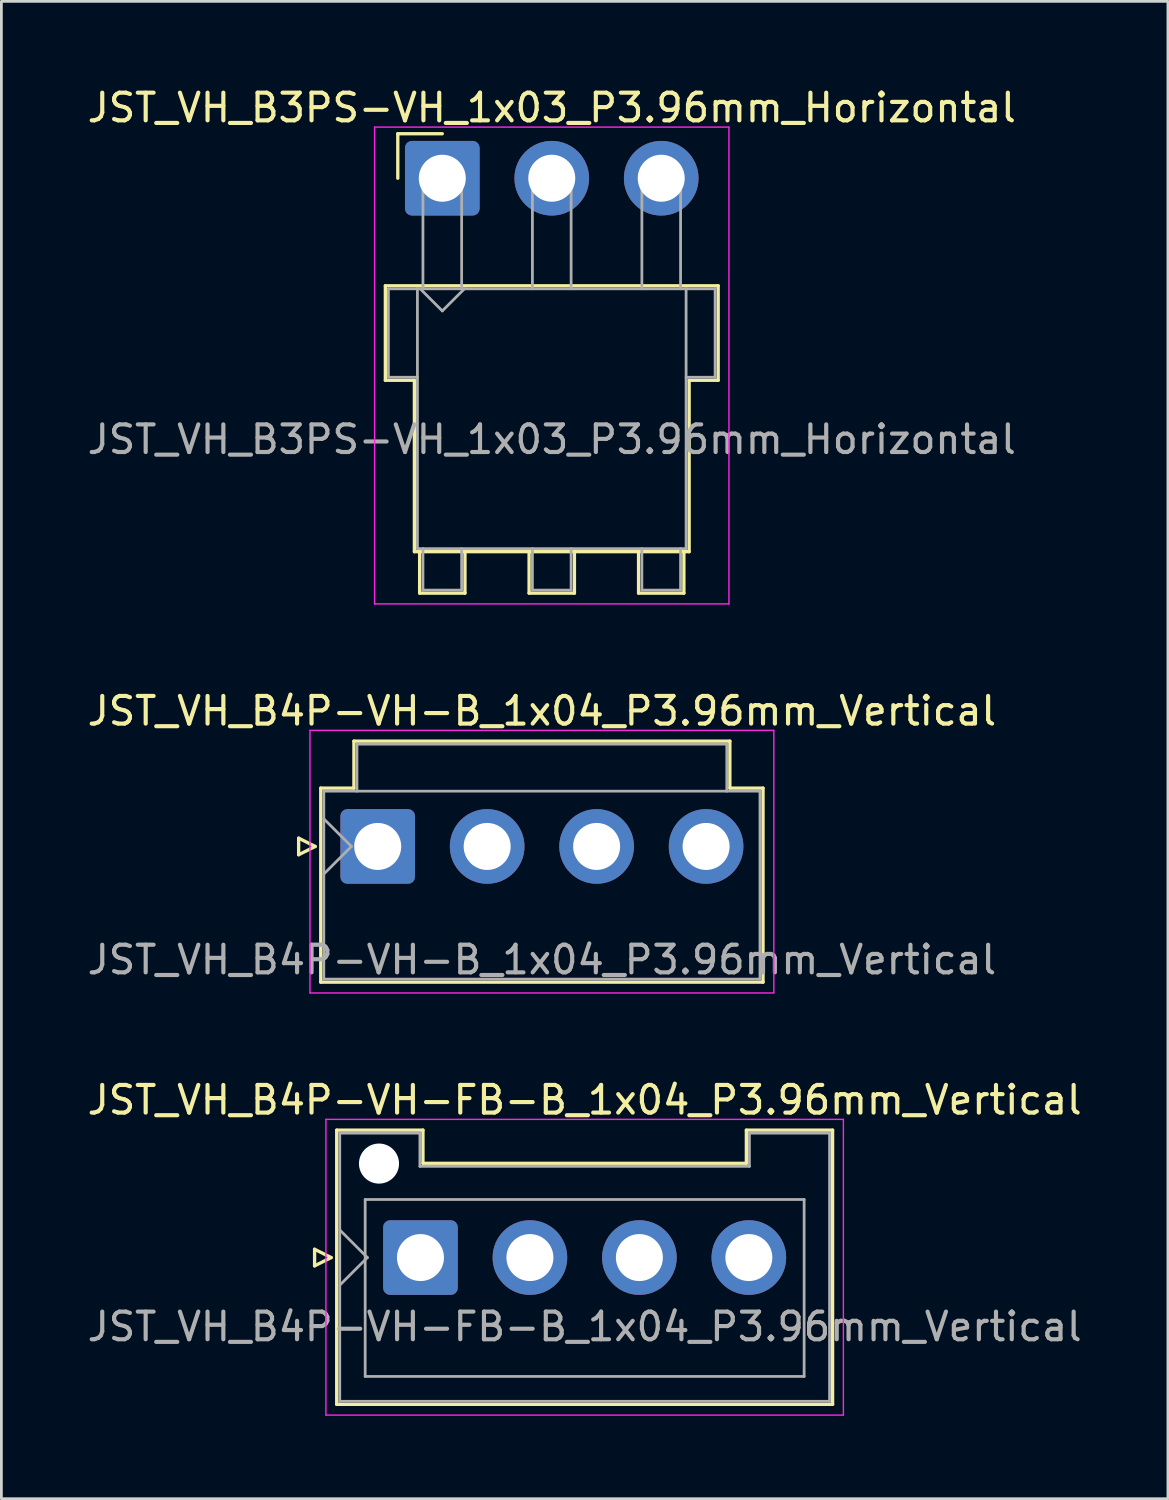
<source format=kicad_pcb>
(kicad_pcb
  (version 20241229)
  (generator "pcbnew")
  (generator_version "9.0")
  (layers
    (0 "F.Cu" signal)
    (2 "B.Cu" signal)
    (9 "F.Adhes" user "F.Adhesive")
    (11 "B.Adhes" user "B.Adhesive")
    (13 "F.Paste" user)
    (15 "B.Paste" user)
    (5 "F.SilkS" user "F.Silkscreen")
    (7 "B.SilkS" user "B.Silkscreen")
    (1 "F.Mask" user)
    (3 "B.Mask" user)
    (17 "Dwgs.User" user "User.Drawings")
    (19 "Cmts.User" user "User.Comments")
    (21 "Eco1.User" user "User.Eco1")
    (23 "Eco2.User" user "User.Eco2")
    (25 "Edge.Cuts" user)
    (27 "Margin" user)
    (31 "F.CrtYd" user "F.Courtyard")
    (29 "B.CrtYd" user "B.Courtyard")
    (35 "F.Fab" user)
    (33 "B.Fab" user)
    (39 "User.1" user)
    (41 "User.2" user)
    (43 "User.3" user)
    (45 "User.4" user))
  (footprint "JST_VH_B4P-VH-B_1x04_P3.96mm_Vertical"
    (layer "F.Cu")
    (at 10.614 27.572)
    (property "Reference" "JST_VH_B4P-VH-B_1x04_P3.96mm_Vertical" (at 5.94 -4.9 0) (layer "F.SilkS") (effects (font (size 1 1) (thickness 0.15))))
    (attr through_hole)
    (fp_line (start -2.86 -0.3) (end -2.26 0) (stroke (width 0.12) (type solid)) (layer "F.SilkS"))
    (fp_line (start -2.86 0.3) (end -2.86 -0.3) (stroke (width 0.12) (type solid)) (layer "F.SilkS"))
    (fp_line (start -2.26 0) (end -2.86 0.3) (stroke (width 0.12) (type solid)) (layer "F.SilkS"))
    (fp_line (start -2.06 -2.11) (end -0.86 -2.11) (stroke (width 0.12) (type solid)) (layer "F.SilkS"))
    (fp_line (start -2.06 4.91) (end -2.06 -2.11) (stroke (width 0.12) (type solid)) (layer "F.SilkS"))
    (fp_line (start -0.86 -3.81) (end 12.74 -3.81) (stroke (width 0.12) (type solid)) (layer "F.SilkS"))
    (fp_line (start -0.86 -2.11) (end -0.86 -3.81) (stroke (width 0.12) (type solid)) (layer "F.SilkS"))
    (fp_line (start 12.74 -3.81) (end 12.74 -2.11) (stroke (width 0.12) (type solid)) (layer "F.SilkS"))
    (fp_line (start 12.74 -2.11) (end 13.94 -2.11) (stroke (width 0.12) (type solid)) (layer "F.SilkS"))
    (fp_line (start 13.94 -2.11) (end 13.94 4.91) (stroke (width 0.12) (type solid)) (layer "F.SilkS"))
    (fp_line (start 13.94 4.91) (end -2.06 4.91) (stroke (width 0.12) (type solid)) (layer "F.SilkS"))
    (fp_line (start -2.45 -4.2) (end -2.45 5.3) (stroke (width 0.05) (type solid)) (layer "F.CrtYd"))
    (fp_line (start -2.45 5.3) (end 14.33 5.3) (stroke (width 0.05) (type solid)) (layer "F.CrtYd"))
    (fp_line (start 14.33 -4.2) (end -2.45 -4.2) (stroke (width 0.05) (type solid)) (layer "F.CrtYd"))
    (fp_line (start 14.33 5.3) (end 14.33 -4.2) (stroke (width 0.05) (type solid)) (layer "F.CrtYd"))
    (fp_line (start -1.95 -2) (end -1.95 4.8) (stroke (width 0.1) (type solid)) (layer "F.Fab"))
    (fp_line (start -1.95 -1) (end -0.95 0) (stroke (width 0.1) (type solid)) (layer "F.Fab"))
    (fp_line (start -1.95 1) (end -0.95 0) (stroke (width 0.1) (type solid)) (layer "F.Fab"))
    (fp_line (start -1.95 4.8) (end 13.83 4.8) (stroke (width 0.1) (type solid)) (layer "F.Fab"))
    (fp_line (start -0.75 -3.7) (end 12.63 -3.7) (stroke (width 0.1) (type solid)) (layer "F.Fab"))
    (fp_line (start -0.75 -2) (end -0.75 -3.7) (stroke (width 0.1) (type solid)) (layer "F.Fab"))
    (fp_line (start 12.63 -3.7) (end 12.63 -2) (stroke (width 0.1) (type solid)) (layer "F.Fab"))
    (fp_line (start 13.83 -2) (end -1.95 -2) (stroke (width 0.1) (type solid)) (layer "F.Fab"))
    (fp_line (start 13.83 4.8) (end 13.83 -2) (stroke (width 0.1) (type solid)) (layer "F.Fab"))
    (fp_text user "${REFERENCE}" (at 5.94 4.1 0) (layer "F.Fab") (effects (font (size 1 1) (thickness 0.15))))
    (pad "1" thru_hole roundrect (at 0 0) (size 2.7 2.7) (drill 1.7) (layers "*.Cu" "*.Mask") (roundrect_rratio 0.093))
    (pad "2" thru_hole circle (at 3.96 0) (size 2.7 2.7) (drill 1.7) (layers "*.Cu" "*.Mask"))
    (pad "3" thru_hole circle (at 7.92 0) (size 2.7 2.7) (drill 1.7) (layers "*.Cu" "*.Mask"))
    (pad "4" thru_hole circle (at 11.88 0) (size 2.7 2.7) (drill 1.7) (layers "*.Cu" "*.Mask")))
  (footprint "JST_VH_B3PS-VH_1x03_P3.96mm_Horizontal"
    (layer "F.Cu")
    (at 12.951 3.398)
    (property "Reference" "JST_VH_B3PS-VH_1x03_P3.96mm_Horizontal" (at 3.96 -2.55 0) (layer "F.SilkS") (effects (font (size 1 1) (thickness 0.15))))
    (attr through_hole)
    (fp_line (start -2.06 3.89) (end 9.98 3.89) (stroke (width 0.12) (type solid)) (layer "F.SilkS"))
    (fp_line (start -2.06 7.31) (end -2.06 3.89) (stroke (width 0.12) (type solid)) (layer "F.SilkS"))
    (fp_line (start -1.61 -1.61) (end -1.61 0) (stroke (width 0.12) (type solid)) (layer "F.SilkS"))
    (fp_line (start -1.01 7.31) (end -2.06 7.31) (stroke (width 0.12) (type solid)) (layer "F.SilkS"))
    (fp_line (start -1.01 13.51) (end -1.01 7.31) (stroke (width 0.12) (type solid)) (layer "F.SilkS"))
    (fp_line (start -0.82 13.51) (end -0.82 15.01) (stroke (width 0.12) (type solid)) (layer "F.SilkS"))
    (fp_line (start -0.82 15.01) (end 0.82 15.01) (stroke (width 0.12) (type solid)) (layer "F.SilkS"))
    (fp_line (start 0 -1.61) (end -1.61 -1.61) (stroke (width 0.12) (type solid)) (layer "F.SilkS"))
    (fp_line (start 0.82 15.01) (end 0.82 13.51) (stroke (width 0.12) (type solid)) (layer "F.SilkS"))
    (fp_line (start 3.14 13.51) (end 3.14 15.01) (stroke (width 0.12) (type solid)) (layer "F.SilkS"))
    (fp_line (start 3.14 15.01) (end 4.78 15.01) (stroke (width 0.12) (type solid)) (layer "F.SilkS"))
    (fp_line (start 4.78 15.01) (end 4.78 13.51) (stroke (width 0.12) (type solid)) (layer "F.SilkS"))
    (fp_line (start 7.1 13.51) (end 7.1 15.01) (stroke (width 0.12) (type solid)) (layer "F.SilkS"))
    (fp_line (start 7.1 15.01) (end 8.74 15.01) (stroke (width 0.12) (type solid)) (layer "F.SilkS"))
    (fp_line (start 8.74 15.01) (end 8.74 13.51) (stroke (width 0.12) (type solid)) (layer "F.SilkS"))
    (fp_line (start 8.93 7.31) (end 8.93 13.51) (stroke (width 0.12) (type solid)) (layer "F.SilkS"))
    (fp_line (start 8.93 13.51) (end -1.01 13.51) (stroke (width 0.12) (type solid)) (layer "F.SilkS"))
    (fp_line (start 9.98 3.89) (end 9.98 7.31) (stroke (width 0.12) (type solid)) (layer "F.SilkS"))
    (fp_line (start 9.98 7.31) (end 8.93 7.31) (stroke (width 0.12) (type solid)) (layer "F.SilkS"))
    (fp_line (start -2.45 -1.85) (end -2.45 15.4) (stroke (width 0.05) (type solid)) (layer "F.CrtYd"))
    (fp_line (start -2.45 15.4) (end 10.37 15.4) (stroke (width 0.05) (type solid)) (layer "F.CrtYd"))
    (fp_line (start 10.37 -1.85) (end -2.45 -1.85) (stroke (width 0.05) (type solid)) (layer "F.CrtYd"))
    (fp_line (start 10.37 15.4) (end 10.37 -1.85) (stroke (width 0.05) (type solid)) (layer "F.CrtYd"))
    (fp_line (start -1.95 4) (end -0.9 4) (stroke (width 0.1) (type solid)) (layer "F.Fab"))
    (fp_line (start -1.95 7.2) (end -1.95 4) (stroke (width 0.1) (type solid)) (layer "F.Fab"))
    (fp_line (start -0.9 4) (end -0.9 13.4) (stroke (width 0.1) (type solid)) (layer "F.Fab"))
    (fp_line (start -0.9 7.2) (end -1.95 7.2) (stroke (width 0.1) (type solid)) (layer "F.Fab"))
    (fp_line (start -0.9 13.4) (end 8.82 13.4) (stroke (width 0.1) (type solid)) (layer "F.Fab"))
    (fp_line (start -0.8 4) (end 0 4.8) (stroke (width 0.1) (type solid)) (layer "F.Fab"))
    (fp_line (start -0.7 0) (end 0.7 0) (stroke (width 0.1) (type solid)) (layer "F.Fab"))
    (fp_line (start -0.7 4) (end -0.7 0) (stroke (width 0.1) (type solid)) (layer "F.Fab"))
    (fp_line (start -0.7 13.4) (end -0.7 14.9) (stroke (width 0.1) (type solid)) (layer "F.Fab"))
    (fp_line (start -0.7 14.9) (end 0.7 14.9) (stroke (width 0.1) (type solid)) (layer "F.Fab"))
    (fp_line (start 0 4.8) (end 0.8 4) (stroke (width 0.1) (type solid)) (layer "F.Fab"))
    (fp_line (start 0.7 0) (end 0.7 4) (stroke (width 0.1) (type solid)) (layer "F.Fab"))
    (fp_line (start 0.7 14.9) (end 0.7 13.4) (stroke (width 0.1) (type solid)) (layer "F.Fab"))
    (fp_line (start 3.26 0) (end 4.66 0) (stroke (width 0.1) (type solid)) (layer "F.Fab"))
    (fp_line (start 3.26 4) (end 3.26 0) (stroke (width 0.1) (type solid)) (layer "F.Fab"))
    (fp_line (start 3.26 13.4) (end 3.26 14.9) (stroke (width 0.1) (type solid)) (layer "F.Fab"))
    (fp_line (start 3.26 14.9) (end 4.66 14.9) (stroke (width 0.1) (type solid)) (layer "F.Fab"))
    (fp_line (start 4.66 0) (end 4.66 4) (stroke (width 0.1) (type solid)) (layer "F.Fab"))
    (fp_line (start 4.66 14.9) (end 4.66 13.4) (stroke (width 0.1) (type solid)) (layer "F.Fab"))
    (fp_line (start 7.22 0) (end 8.62 0) (stroke (width 0.1) (type solid)) (layer "F.Fab"))
    (fp_line (start 7.22 4) (end 7.22 0) (stroke (width 0.1) (type solid)) (layer "F.Fab"))
    (fp_line (start 7.22 13.4) (end 7.22 14.9) (stroke (width 0.1) (type solid)) (layer "F.Fab"))
    (fp_line (start 7.22 14.9) (end 8.62 14.9) (stroke (width 0.1) (type solid)) (layer "F.Fab"))
    (fp_line (start 8.62 0) (end 8.62 4) (stroke (width 0.1) (type solid)) (layer "F.Fab"))
    (fp_line (start 8.62 14.9) (end 8.62 13.4) (stroke (width 0.1) (type solid)) (layer "F.Fab"))
    (fp_line (start 8.82 4) (end -0.9 4) (stroke (width 0.1) (type solid)) (layer "F.Fab"))
    (fp_line (start 8.82 4) (end 9.87 4) (stroke (width 0.1) (type solid)) (layer "F.Fab"))
    (fp_line (start 8.82 13.4) (end 8.82 4) (stroke (width 0.1) (type solid)) (layer "F.Fab"))
    (fp_line (start 9.87 4) (end 9.87 7.2) (stroke (width 0.1) (type solid)) (layer "F.Fab"))
    (fp_line (start 9.87 7.2) (end 8.82 7.2) (stroke (width 0.1) (type solid)) (layer "F.Fab"))
    (fp_text user "${REFERENCE}" (at 3.96 9.45 0) (layer "F.Fab") (effects (font (size 1 1) (thickness 0.15))))
    (pad "1" thru_hole roundrect (at 0 0) (size 2.7 2.7) (drill 1.7) (layers "*.Cu" "*.Mask") (roundrect_rratio 0.093))
    (pad "2" thru_hole circle (at 3.96 0) (size 2.7 2.7) (drill 1.7) (layers "*.Cu" "*.Mask"))
    (pad "3" thru_hole circle (at 7.92 0) (size 2.7 2.7) (drill 1.7) (layers "*.Cu" "*.Mask")))
  (footprint "JST_VH_B4P-VH-FB-B_1x04_P3.96mm_Vertical"
    (layer "F.Cu")
    (at 12.161 42.445)
    (property "Reference" "JST_VH_B4P-VH-FB-B_1x04_P3.96mm_Vertical" (at 5.94 -5.7 0) (layer "F.SilkS") (effects (font (size 1 1) (thickness 0.15))))
    (attr through_hole)
    (fp_line (start -3.83 -0.3) (end -3.23 0) (stroke (width 0.12) (type solid)) (layer "F.SilkS"))
    (fp_line (start -3.83 0.3) (end -3.83 -0.3) (stroke (width 0.12) (type solid)) (layer "F.SilkS"))
    (fp_line (start -3.23 0) (end -3.83 0.3) (stroke (width 0.12) (type solid)) (layer "F.SilkS"))
    (fp_line (start -3.03 -4.61) (end 0.09 -4.61) (stroke (width 0.12) (type solid)) (layer "F.SilkS"))
    (fp_line (start -3.03 5.31) (end -3.03 -4.61) (stroke (width 0.12) (type solid)) (layer "F.SilkS"))
    (fp_line (start 0.09 -4.61) (end 0.09 -3.41) (stroke (width 0.12) (type solid)) (layer "F.SilkS"))
    (fp_line (start 0.09 -3.41) (end 11.79 -3.41) (stroke (width 0.12) (type solid)) (layer "F.SilkS"))
    (fp_line (start 11.79 -4.61) (end 14.91 -4.61) (stroke (width 0.12) (type solid)) (layer "F.SilkS"))
    (fp_line (start 11.79 -3.41) (end 11.79 -4.61) (stroke (width 0.12) (type solid)) (layer "F.SilkS"))
    (fp_line (start 14.91 -4.61) (end 14.91 5.31) (stroke (width 0.12) (type solid)) (layer "F.SilkS"))
    (fp_line (start 14.91 5.31) (end -3.03 5.31) (stroke (width 0.12) (type solid)) (layer "F.SilkS"))
    (fp_line (start -3.42 -5) (end -3.42 5.7) (stroke (width 0.05) (type solid)) (layer "F.CrtYd"))
    (fp_line (start -3.42 5.7) (end 15.3 5.7) (stroke (width 0.05) (type solid)) (layer "F.CrtYd"))
    (fp_line (start 15.3 -5) (end -3.42 -5) (stroke (width 0.05) (type solid)) (layer "F.CrtYd"))
    (fp_line (start 15.3 5.7) (end 15.3 -5) (stroke (width 0.05) (type solid)) (layer "F.CrtYd"))
    (fp_line (start -2.92 -4.5) (end -0.02 -4.5) (stroke (width 0.1) (type solid)) (layer "F.Fab"))
    (fp_line (start -2.92 -1) (end -1.92 0) (stroke (width 0.1) (type solid)) (layer "F.Fab"))
    (fp_line (start -2.92 1) (end -1.92 0) (stroke (width 0.1) (type solid)) (layer "F.Fab"))
    (fp_line (start -2.92 5.2) (end -2.92 -4.5) (stroke (width 0.1) (type solid)) (layer "F.Fab"))
    (fp_line (start -2 -2.1) (end 13.88 -2.1) (stroke (width 0.1) (type solid)) (layer "F.Fab"))
    (fp_line (start -2 4.3) (end -2 -2.1) (stroke (width 0.1) (type solid)) (layer "F.Fab"))
    (fp_line (start -0.02 -4.5) (end -0.02 -3.3) (stroke (width 0.1) (type solid)) (layer "F.Fab"))
    (fp_line (start -0.02 -3.3) (end 11.9 -3.3) (stroke (width 0.1) (type solid)) (layer "F.Fab"))
    (fp_line (start 11.9 -4.5) (end 14.8 -4.5) (stroke (width 0.1) (type solid)) (layer "F.Fab"))
    (fp_line (start 11.9 -3.3) (end 11.9 -4.5) (stroke (width 0.1) (type solid)) (layer "F.Fab"))
    (fp_line (start 13.88 -2.1) (end 13.88 4.3) (stroke (width 0.1) (type solid)) (layer "F.Fab"))
    (fp_line (start 13.88 4.3) (end -2 4.3) (stroke (width 0.1) (type solid)) (layer "F.Fab"))
    (fp_line (start 14.8 -4.5) (end 14.8 5.2) (stroke (width 0.1) (type solid)) (layer "F.Fab"))
    (fp_line (start 14.8 5.2) (end -2.92 5.2) (stroke (width 0.1) (type solid)) (layer "F.Fab"))
    (fp_text user "${REFERENCE}" (at 5.94 2.5 0) (layer "F.Fab") (effects (font (size 1 1) (thickness 0.15))))
    (pad "" np_thru_hole circle (at -1.5 -3.4) (size 1.45 1.45) (drill 1.45) (layers "*.Cu" "*.Mask"))
    (pad "1" thru_hole roundrect (at 0 0) (size 2.7 2.7) (drill 1.7) (layers "*.Cu" "*.Mask") (roundrect_rratio 0.093))
    (pad "2" thru_hole circle (at 3.96 0) (size 2.7 2.7) (drill 1.7) (layers "*.Cu" "*.Mask"))
    (pad "3" thru_hole circle (at 7.92 0) (size 2.7 2.7) (drill 1.7) (layers "*.Cu" "*.Mask"))
    (pad "4" thru_hole circle (at 11.88 0) (size 2.7 2.7) (drill 1.7) (layers "*.Cu" "*.Mask")))
  (gr_rect
    (start -3 -3)
    (end 39.202 51.17)
    (stroke (width 0.1) (type default))
    (fill no)
    (layer "Edge.Cuts")))
</source>
